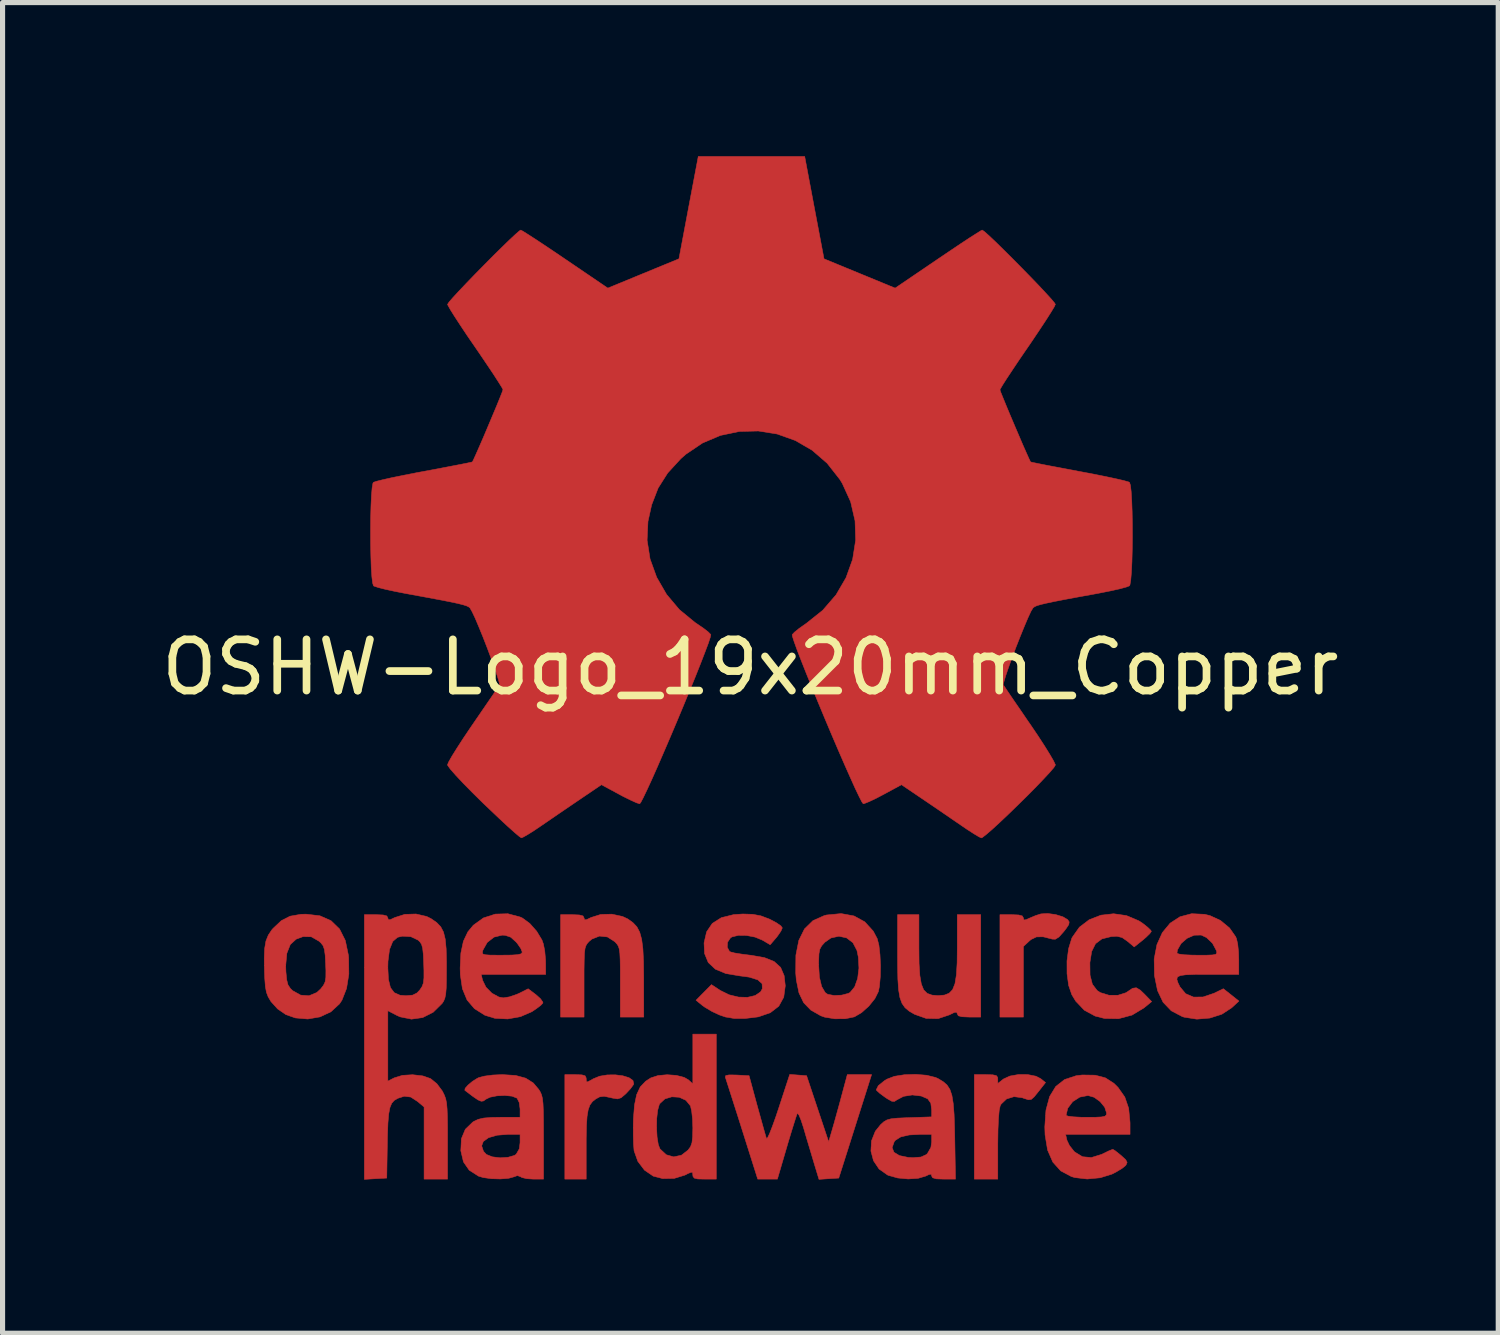
<source format=kicad_pcb>
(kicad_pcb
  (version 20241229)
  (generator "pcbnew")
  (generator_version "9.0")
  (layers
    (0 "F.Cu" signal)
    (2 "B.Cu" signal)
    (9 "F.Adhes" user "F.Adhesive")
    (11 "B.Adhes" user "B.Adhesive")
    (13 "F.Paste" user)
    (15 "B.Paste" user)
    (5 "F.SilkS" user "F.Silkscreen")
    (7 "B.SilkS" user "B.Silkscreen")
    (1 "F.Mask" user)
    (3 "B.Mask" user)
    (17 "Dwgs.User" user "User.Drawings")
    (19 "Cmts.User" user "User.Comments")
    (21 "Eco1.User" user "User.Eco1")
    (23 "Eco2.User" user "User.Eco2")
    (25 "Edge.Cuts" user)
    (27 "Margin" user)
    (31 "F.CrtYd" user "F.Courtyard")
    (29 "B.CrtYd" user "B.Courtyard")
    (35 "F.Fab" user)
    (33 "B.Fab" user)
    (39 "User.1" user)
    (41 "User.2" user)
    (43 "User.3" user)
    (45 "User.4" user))
  (footprint "OSHW-Logo_19x20mm_Copper"
    (layer "F.Cu")
    (at 11.601 9.978)
    (property "Reference" "OSHW-Logo_19x20mm_Copper" (at 0 0 0) (layer "F.SilkS") (effects (font (size 1 1) (thickness 0.15))))
    (attr exclude_from_pos_files exclude_from_bom)
    (fp_poly (pts (xy 5.959 4.828) (xy 6.102 4.872) (xy 6.194 4.927) (xy 6.224 4.971) (xy 6.216 5.023) (xy 6.162 5.104) (xy 6.117 5.162) (xy 6.024 5.266) (xy 5.953 5.31) (xy 5.893 5.307) (xy 5.716 5.262) (xy 5.585 5.264) (xy 5.479 5.315) (xy 5.444 5.345) (xy 5.33 5.451) (xy 5.33 6.829) (xy 4.872 6.829) (xy 4.872 4.83) (xy 5.101 4.83) (xy 5.238 4.836) (xy 5.309 4.855) (xy 5.33 4.893) (xy 5.33 4.894) (xy 5.34 4.933) (xy 5.383 4.928) (xy 5.444 4.9) (xy 5.57 4.847) (xy 5.672 4.815) (xy 5.803 4.807) (xy 5.959 4.828)) (stroke (width 0.01) (type solid)) (fill yes) (layer "F.Cu"))
    (fp_poly (pts (xy 5.415 7.952) (xy 5.575 7.984) (xy 5.666 8.031) (xy 5.762 8.108) (xy 5.626 8.281) (xy 5.542 8.385) (xy 5.485 8.436) (xy 5.428 8.444) (xy 5.345 8.418) (xy 5.306 8.404) (xy 5.147 8.383) (xy 5.001 8.428) (xy 4.895 8.529) (xy 4.877 8.562) (xy 4.858 8.647) (xy 4.844 8.805) (xy 4.834 9.023) (xy 4.83 9.291) (xy 4.83 9.329) (xy 4.83 9.993) (xy 4.372 9.993) (xy 4.372 7.953) (xy 4.601 7.953) (xy 4.733 7.957) (xy 4.802 7.972) (xy 4.827 8.007) (xy 4.83 8.039) (xy 4.83 8.126) (xy 4.94 8.039) (xy 5.066 7.981) (xy 5.235 7.951) (xy 5.415 7.952)) (stroke (width 0.01) (type solid)) (fill yes) (layer "F.Cu"))
    (fp_poly (pts (xy -3.289 7.958) (xy -3.227 7.976) (xy -3.207 8.017) (xy -3.206 8.036) (xy -3.203 8.087) (xy -3.178 8.095) (xy -3.111 8.06) (xy -3.071 8.036) (xy -2.945 7.984) (xy -2.795 7.959) (xy -2.638 7.957) (xy -2.49 7.976) (xy -2.37 8.013) (xy -2.293 8.067) (xy -2.278 8.134) (xy -2.286 8.152) (xy -2.341 8.228) (xy -2.427 8.321) (xy -2.443 8.336) (xy -2.525 8.405) (xy -2.595 8.427) (xy -2.694 8.411) (xy -2.734 8.401) (xy -2.857 8.376) (xy -2.943 8.387) (xy -3.017 8.427) (xy -3.084 8.479) (xy -3.133 8.546) (xy -3.167 8.639) (xy -3.189 8.77) (xy -3.201 8.954) (xy -3.206 9.201) (xy -3.206 9.351) (xy -3.206 9.993) (xy -3.623 9.993) (xy -3.623 7.953) (xy -3.414 7.953) (xy -3.289 7.958)) (stroke (width 0.01) (type solid)) (fill yes) (layer "F.Cu"))
    (fp_poly (pts (xy 3.29 5.478) (xy 3.293 5.784) (xy 3.308 6.016) (xy 3.337 6.184) (xy 3.383 6.298) (xy 3.452 6.367) (xy 3.547 6.401) (xy 3.664 6.41) (xy 3.787 6.4) (xy 3.88 6.364) (xy 3.948 6.293) (xy 3.994 6.177) (xy 4.022 6.005) (xy 4.036 5.77) (xy 4.039 5.478) (xy 4.039 4.83) (xy 4.497 4.83) (xy 4.497 6.829) (xy 4.268 6.829) (xy 4.13 6.823) (xy 4.059 6.804) (xy 4.039 6.766) (xy 4.027 6.733) (xy 3.979 6.74) (xy 3.883 6.787) (xy 3.664 6.86) (xy 3.43 6.855) (xy 3.207 6.776) (xy 3.1 6.714) (xy 3.019 6.646) (xy 2.96 6.562) (xy 2.919 6.449) (xy 2.893 6.296) (xy 2.879 6.09) (xy 2.874 5.82) (xy 2.873 5.612) (xy 2.873 4.83) (xy 3.29 4.83) (xy 3.29 5.478)) (stroke (width 0.01) (type solid)) (fill yes) (layer "F.Cu"))
    (fp_poly (pts (xy -2.497 4.865) (xy -2.393 4.914) (xy -2.293 4.986) (xy -2.216 5.068) (xy -2.161 5.173) (xy -2.123 5.312) (xy -2.099 5.498) (xy -2.087 5.742) (xy -2.083 6.057) (xy -2.083 6.09) (xy -2.082 6.829) (xy -2.54 6.829) (xy -2.54 6.147) (xy -2.54 5.895) (xy -2.543 5.712) (xy -2.549 5.585) (xy -2.561 5.499) (xy -2.58 5.442) (xy -2.609 5.399) (xy -2.65 5.356) (xy -2.792 5.265) (xy -2.947 5.248) (xy -3.094 5.306) (xy -3.146 5.349) (xy -3.183 5.389) (xy -3.21 5.433) (xy -3.229 5.492) (xy -3.24 5.582) (xy -3.245 5.716) (xy -3.248 5.907) (xy -3.248 6.14) (xy -3.248 6.829) (xy -3.706 6.829) (xy -3.706 4.83) (xy -3.477 4.83) (xy -3.339 4.836) (xy -3.268 4.855) (xy -3.248 4.893) (xy -3.248 4.894) (xy -3.238 4.931) (xy -3.196 4.926) (xy -3.113 4.886) (xy -2.923 4.826) (xy -2.706 4.82) (xy -2.497 4.865)) (stroke (width 0.01) (type solid)) (fill yes) (layer "F.Cu"))
    (fp_poly (pts (xy 7.342 4.848) (xy 7.584 4.95) (xy 7.66 5) (xy 7.757 5.077) (xy 7.818 5.137) (xy 7.828 5.157) (xy 7.798 5.2) (xy 7.722 5.274) (xy 7.661 5.326) (xy 7.493 5.46) (xy 7.361 5.349) (xy 7.258 5.277) (xy 7.159 5.252) (xy 7.044 5.258) (xy 6.863 5.303) (xy 6.738 5.397) (xy 6.663 5.548) (xy 6.628 5.766) (xy 6.628 5.766) (xy 6.631 6.01) (xy 6.677 6.189) (xy 6.77 6.311) (xy 6.833 6.352) (xy 7 6.403) (xy 7.178 6.403) (xy 7.333 6.354) (xy 7.37 6.329) (xy 7.462 6.267) (xy 7.534 6.257) (xy 7.612 6.303) (xy 7.698 6.386) (xy 7.834 6.527) (xy 7.683 6.651) (xy 7.45 6.791) (xy 7.187 6.861) (xy 6.912 6.856) (xy 6.731 6.81) (xy 6.52 6.696) (xy 6.351 6.518) (xy 6.275 6.392) (xy 6.213 6.211) (xy 6.182 5.982) (xy 6.181 5.734) (xy 6.212 5.495) (xy 6.273 5.296) (xy 6.282 5.275) (xy 6.424 5.074) (xy 6.616 4.928) (xy 6.843 4.84) (xy 7.091 4.812) (xy 7.342 4.848)) (stroke (width 0.01) (type solid)) (fill yes) (layer "F.Cu"))
    (fp_poly (pts (xy 2.023 4.855) (xy 2.233 4.97) (xy 2.398 5.151) (xy 2.476 5.298) (xy 2.509 5.428) (xy 2.53 5.613) (xy 2.54 5.827) (xy 2.536 6.042) (xy 2.519 6.23) (xy 2.499 6.331) (xy 2.431 6.468) (xy 2.313 6.615) (xy 2.171 6.742) (xy 2.031 6.825) (xy 2.027 6.826) (xy 1.853 6.862) (xy 1.646 6.863) (xy 1.45 6.831) (xy 1.374 6.804) (xy 1.179 6.693) (xy 1.039 6.548) (xy 0.948 6.357) (xy 0.896 6.105) (xy 0.885 5.973) (xy 0.886 5.808) (xy 1.332 5.808) (xy 1.347 6.049) (xy 1.391 6.233) (xy 1.46 6.351) (xy 1.509 6.385) (xy 1.634 6.408) (xy 1.783 6.401) (xy 1.912 6.367) (xy 1.946 6.349) (xy 2.035 6.241) (xy 2.094 6.075) (xy 2.119 5.874) (xy 2.107 5.658) (xy 2.08 5.528) (xy 2.001 5.377) (xy 1.877 5.283) (xy 1.728 5.251) (xy 1.573 5.285) (xy 1.454 5.368) (xy 1.392 5.437) (xy 1.355 5.505) (xy 1.338 5.597) (xy 1.333 5.738) (xy 1.332 5.808) (xy 0.886 5.808) (xy 0.888 5.621) (xy 0.945 5.333) (xy 1.056 5.108) (xy 1.222 4.946) (xy 1.442 4.848) (xy 1.489 4.836) (xy 1.772 4.809) (xy 2.023 4.855)) (stroke (width 0.01) (type solid)) (fill yes) (layer "F.Cu"))
    (fp_poly (pts (xy 1.097 7.974) (xy 1.312 8.619) (xy 1.528 9.265) (xy 1.595 9.036) (xy 1.636 8.894) (xy 1.689 8.703) (xy 1.747 8.493) (xy 1.777 8.38) (xy 1.892 7.953) (xy 2.366 7.953) (xy 2.224 8.401) (xy 2.154 8.621) (xy 2.07 8.886) (xy 1.982 9.163) (xy 1.904 9.41) (xy 1.725 9.973) (xy 1.532 9.985) (xy 1.339 9.998) (xy 1.234 9.652) (xy 1.17 9.437) (xy 1.099 9.201) (xy 1.038 8.992) (xy 1.035 8.983) (xy 0.989 8.842) (xy 0.949 8.745) (xy 0.92 8.708) (xy 0.914 8.713) (xy 0.894 8.769) (xy 0.855 8.891) (xy 0.802 9.061) (xy 0.74 9.266) (xy 0.707 9.379) (xy 0.527 9.993) (xy 0.143 9.993) (xy -0.163 9.025) (xy -0.249 8.754) (xy -0.328 8.507) (xy -0.395 8.297) (xy -0.447 8.135) (xy -0.48 8.033) (xy -0.49 8.003) (xy -0.482 7.972) (xy -0.419 7.959) (xy -0.289 7.96) (xy -0.268 7.961) (xy -0.026 7.974) (xy 0.132 8.557) (xy 0.191 8.769) (xy 0.243 8.956) (xy 0.284 9.101) (xy 0.31 9.188) (xy 0.315 9.202) (xy 0.335 9.186) (xy 0.375 9.102) (xy 0.43 8.961) (xy 0.497 8.775) (xy 0.553 8.607) (xy 0.768 7.949) (xy 1.097 7.974)) (stroke (width 0.01) (type solid)) (fill yes) (layer "F.Cu"))
    (fp_poly (pts (xy -8.405 4.852) (xy -8.188 4.948) (xy -8.022 5.109) (xy -7.909 5.334) (xy -7.848 5.625) (xy -7.844 5.67) (xy -7.84 5.99) (xy -7.885 6.271) (xy -7.974 6.498) (xy -8.022 6.571) (xy -8.19 6.726) (xy -8.403 6.826) (xy -8.642 6.867) (xy -8.885 6.846) (xy -9.07 6.781) (xy -9.23 6.671) (xy -9.36 6.527) (xy -9.362 6.524) (xy -9.415 6.435) (xy -9.449 6.346) (xy -9.47 6.233) (xy -9.482 6.074) (xy -9.487 5.944) (xy -9.49 5.826) (xy -9.073 5.826) (xy -9.069 5.943) (xy -9.054 6.1) (xy -9.028 6.201) (xy -8.981 6.272) (xy -8.937 6.314) (xy -8.781 6.401) (xy -8.618 6.413) (xy -8.466 6.35) (xy -8.39 6.28) (xy -8.335 6.209) (xy -8.303 6.141) (xy -8.289 6.052) (xy -8.288 5.919) (xy -8.293 5.797) (xy -8.302 5.623) (xy -8.317 5.51) (xy -8.343 5.436) (xy -8.388 5.379) (xy -8.424 5.347) (xy -8.573 5.262) (xy -8.733 5.258) (xy -8.868 5.308) (xy -8.983 5.413) (xy -9.051 5.585) (xy -9.073 5.826) (xy -9.49 5.826) (xy -9.492 5.685) (xy -9.484 5.491) (xy -9.459 5.345) (xy -9.413 5.23) (xy -9.345 5.128) (xy -9.319 5.098) (xy -9.159 4.947) (xy -8.988 4.86) (xy -8.778 4.823) (xy -8.676 4.82) (xy -8.405 4.852)) (stroke (width 0.01) (type solid)) (fill yes) (layer "F.Cu"))
    (fp_poly (pts (xy -0.666 9.993) (xy -0.895 9.993) (xy -1.028 9.99) (xy -1.097 9.973) (xy -1.122 9.938) (xy -1.124 9.915) (xy -1.128 9.867) (xy -1.155 9.858) (xy -1.225 9.887) (xy -1.279 9.915) (xy -1.487 9.979) (xy -1.713 9.983) (xy -1.897 9.935) (xy -2.068 9.818) (xy -2.198 9.646) (xy -2.27 9.443) (xy -2.272 9.431) (xy -2.282 9.307) (xy -2.287 9.129) (xy -2.287 8.994) (xy -1.832 8.994) (xy -1.822 9.173) (xy -1.798 9.321) (xy -1.765 9.404) (xy -1.642 9.518) (xy -1.497 9.559) (xy -1.346 9.526) (xy -1.218 9.427) (xy -1.169 9.361) (xy -1.141 9.282) (xy -1.128 9.167) (xy -1.124 8.994) (xy -1.13 8.822) (xy -1.146 8.672) (xy -1.168 8.571) (xy -1.171 8.562) (xy -1.26 8.454) (xy -1.389 8.395) (xy -1.534 8.386) (xy -1.669 8.427) (xy -1.769 8.519) (xy -1.779 8.537) (xy -1.811 8.65) (xy -1.829 8.811) (xy -1.832 8.994) (xy -2.287 8.994) (xy -2.287 8.926) (xy -2.284 8.817) (xy -2.263 8.547) (xy -2.221 8.344) (xy -2.151 8.194) (xy -2.046 8.083) (xy -1.945 8.017) (xy -1.803 7.971) (xy -1.626 7.955) (xy -1.445 7.968) (xy -1.291 8.008) (xy -1.209 8.056) (xy -1.124 8.133) (xy -1.124 7.162) (xy -0.666 7.162) (xy -0.666 9.993)) (stroke (width 0.01) (type solid)) (fill yes) (layer "F.Cu"))
    (fp_poly (pts (xy 8.868 4.823) (xy 8.974 4.849) (xy 9.179 4.944) (xy 9.354 5.089) (xy 9.475 5.262) (xy 9.491 5.301) (xy 9.514 5.403) (xy 9.53 5.555) (xy 9.535 5.707) (xy 9.535 5.996) (xy 8.932 5.996) (xy 8.683 5.997) (xy 8.507 6.003) (xy 8.396 6.018) (xy 8.338 6.046) (xy 8.326 6.092) (xy 8.348 6.16) (xy 8.387 6.24) (xy 8.498 6.373) (xy 8.651 6.439) (xy 8.838 6.437) (xy 9.05 6.365) (xy 9.234 6.276) (xy 9.386 6.396) (xy 9.538 6.517) (xy 9.395 6.649) (xy 9.204 6.774) (xy 8.969 6.849) (xy 8.716 6.87) (xy 8.471 6.832) (xy 8.432 6.82) (xy 8.217 6.707) (xy 8.057 6.54) (xy 7.949 6.313) (xy 7.889 6.02) (xy 7.889 6.014) (xy 7.883 5.695) (xy 7.905 5.582) (xy 8.328 5.582) (xy 8.367 5.599) (xy 8.472 5.613) (xy 8.628 5.62) (xy 8.726 5.621) (xy 8.91 5.621) (xy 9.025 5.616) (xy 9.085 5.604) (xy 9.106 5.581) (xy 9.101 5.542) (xy 9.096 5.528) (xy 9.022 5.389) (xy 8.905 5.277) (xy 8.801 5.228) (xy 8.664 5.231) (xy 8.525 5.292) (xy 8.408 5.394) (xy 8.338 5.517) (xy 8.328 5.582) (xy 7.905 5.582) (xy 7.937 5.415) (xy 8.043 5.18) (xy 8.195 4.996) (xy 8.387 4.871) (xy 8.614 4.811) (xy 8.868 4.823)) (stroke (width 0.01) (type solid)) (fill yes) (layer "F.Cu"))
    (fp_poly (pts (xy 0.046 4.823) (xy 0.204 4.853) (xy 0.368 4.915) (xy 0.385 4.923) (xy 0.509 4.989) (xy 0.595 5.049) (xy 0.623 5.088) (xy 0.596 5.151) (xy 0.532 5.245) (xy 0.504 5.28) (xy 0.386 5.417) (xy 0.235 5.328) (xy 0.091 5.268) (xy -0.076 5.236) (xy -0.236 5.234) (xy -0.359 5.264) (xy -0.389 5.283) (xy -0.446 5.368) (xy -0.452 5.467) (xy -0.41 5.544) (xy -0.385 5.559) (xy -0.31 5.578) (xy -0.178 5.599) (xy -0.016 5.62) (xy 0.014 5.623) (xy 0.275 5.669) (xy 0.464 5.745) (xy 0.59 5.86) (xy 0.659 6.021) (xy 0.681 6.218) (xy 0.651 6.441) (xy 0.554 6.617) (xy 0.388 6.745) (xy 0.155 6.825) (xy -0.104 6.857) (xy -0.315 6.857) (xy -0.487 6.828) (xy -0.604 6.788) (xy -0.752 6.719) (xy -0.888 6.638) (xy -0.937 6.603) (xy -1.062 6.501) (xy -0.76 6.196) (xy -0.589 6.309) (xy -0.417 6.394) (xy -0.234 6.439) (xy -0.058 6.444) (xy 0.093 6.409) (xy 0.199 6.337) (xy 0.233 6.275) (xy 0.228 6.177) (xy 0.143 6.102) (xy -0.022 6.05) (xy -0.202 6.026) (xy -0.479 5.98) (xy -0.685 5.894) (xy -0.823 5.764) (xy -0.895 5.589) (xy -0.905 5.382) (xy -0.855 5.165) (xy -0.744 5.001) (xy -0.568 4.889) (xy -0.327 4.829) (xy -0.149 4.817) (xy 0.046 4.823)) (stroke (width 0.01) (type solid)) (fill yes) (layer "F.Cu"))
    (fp_poly (pts (xy 6.731 7.964) (xy 6.93 8.016) (xy 7.097 8.123) (xy 7.177 8.202) (xy 7.31 8.391) (xy 7.385 8.61) (xy 7.411 8.879) (xy 7.412 8.9) (xy 7.412 9.119) (xy 6.154 9.119) (xy 6.18 9.234) (xy 6.229 9.337) (xy 6.314 9.445) (xy 6.331 9.463) (xy 6.484 9.556) (xy 6.657 9.572) (xy 6.857 9.51) (xy 6.891 9.494) (xy 6.995 9.443) (xy 7.065 9.415) (xy 7.077 9.412) (xy 7.12 9.438) (xy 7.2 9.501) (xy 7.241 9.535) (xy 7.327 9.614) (xy 7.355 9.666) (xy 7.335 9.714) (xy 7.325 9.728) (xy 7.255 9.785) (xy 7.139 9.855) (xy 7.058 9.896) (xy 6.829 9.967) (xy 6.575 9.991) (xy 6.334 9.963) (xy 6.267 9.943) (xy 6.058 9.832) (xy 5.904 9.66) (xy 5.802 9.426) (xy 5.753 9.129) (xy 5.748 8.973) (xy 5.763 8.747) (xy 6.163 8.747) (xy 6.201 8.764) (xy 6.305 8.777) (xy 6.456 8.785) (xy 6.558 8.786) (xy 6.742 8.785) (xy 6.858 8.779) (xy 6.922 8.765) (xy 6.949 8.74) (xy 6.954 8.703) (xy 6.918 8.591) (xy 6.828 8.48) (xy 6.71 8.395) (xy 6.592 8.361) (xy 6.431 8.392) (xy 6.292 8.481) (xy 6.196 8.609) (xy 6.163 8.747) (xy 5.763 8.747) (xy 5.771 8.644) (xy 5.842 8.381) (xy 5.962 8.184) (xy 6.134 8.049) (xy 6.358 7.975) (xy 6.479 7.96) (xy 6.731 7.964)) (stroke (width 0.01) (type solid)) (fill yes) (layer "F.Cu"))
    (fp_poly (pts (xy -4.493 4.877) (xy -4.451 4.896) (xy -4.308 5.001) (xy -4.172 5.155) (xy -4.07 5.324) (xy -4.042 5.402) (xy -4.015 5.54) (xy -4 5.708) (xy -3.998 5.777) (xy -3.997 5.996) (xy -5.256 5.996) (xy -5.229 6.111) (xy -5.163 6.246) (xy -5.048 6.363) (xy -4.911 6.438) (xy -4.824 6.454) (xy -4.705 6.435) (xy -4.564 6.387) (xy -4.516 6.366) (xy -4.339 6.277) (xy -4.187 6.392) (xy -4.1 6.47) (xy -4.054 6.535) (xy -4.051 6.554) (xy -4.093 6.6) (xy -4.184 6.669) (xy -4.266 6.724) (xy -4.489 6.821) (xy -4.739 6.866) (xy -4.987 6.854) (xy -5.184 6.794) (xy -5.388 6.665) (xy -5.532 6.496) (xy -5.623 6.276) (xy -5.664 5.998) (xy -5.667 5.871) (xy -5.653 5.579) (xy -5.651 5.571) (xy -5.234 5.571) (xy -5.223 5.598) (xy -5.175 5.613) (xy -5.078 5.62) (xy -4.916 5.621) (xy -4.854 5.621) (xy -4.664 5.619) (xy -4.544 5.611) (xy -4.479 5.595) (xy -4.456 5.568) (xy -4.455 5.56) (xy -4.482 5.492) (xy -4.547 5.397) (xy -4.575 5.364) (xy -4.679 5.27) (xy -4.788 5.233) (xy -4.847 5.23) (xy -5.005 5.268) (xy -5.138 5.372) (xy -5.223 5.523) (xy -5.224 5.528) (xy -5.234 5.571) (xy -5.651 5.571) (xy -5.604 5.35) (xy -5.517 5.166) (xy -5.41 5.036) (xy -5.213 4.894) (xy -4.981 4.819) (xy -4.734 4.812) (xy -4.493 4.877)) (stroke (width 0.01) (type solid)) (fill yes) (layer "F.Cu"))
    (fp_poly (pts (xy 3.439 7.965) (xy 3.614 8.008) (xy 3.665 8.031) (xy 3.763 8.09) (xy 3.839 8.156) (xy 3.895 8.242) (xy 3.934 8.358) (xy 3.96 8.517) (xy 3.977 8.729) (xy 3.986 9.007) (xy 3.99 9.192) (xy 4.004 9.993) (xy 3.772 9.993) (xy 3.631 9.988) (xy 3.558 9.967) (xy 3.539 9.933) (xy 3.529 9.897) (xy 3.485 9.904) (xy 3.425 9.933) (xy 3.274 9.978) (xy 3.08 9.99) (xy 2.876 9.971) (xy 2.694 9.92) (xy 2.678 9.913) (xy 2.512 9.796) (xy 2.403 9.634) (xy 2.353 9.445) (xy 2.357 9.378) (xy 2.767 9.378) (xy 2.803 9.469) (xy 2.91 9.534) (xy 3.083 9.57) (xy 3.175 9.574) (xy 3.329 9.562) (xy 3.431 9.516) (xy 3.456 9.494) (xy 3.524 9.374) (xy 3.539 9.265) (xy 3.539 9.119) (xy 3.336 9.119) (xy 3.1 9.131) (xy 2.935 9.169) (xy 2.83 9.235) (xy 2.807 9.265) (xy 2.767 9.378) (xy 2.357 9.378) (xy 2.364 9.247) (xy 2.439 9.058) (xy 2.542 8.93) (xy 2.604 8.874) (xy 2.665 8.838) (xy 2.744 8.816) (xy 2.861 8.803) (xy 3.036 8.795) (xy 3.105 8.793) (xy 3.539 8.778) (xy 3.539 8.647) (xy 3.522 8.509) (xy 3.461 8.425) (xy 3.338 8.372) (xy 3.335 8.371) (xy 3.161 8.35) (xy 2.99 8.377) (xy 2.863 8.444) (xy 2.812 8.477) (xy 2.758 8.472) (xy 2.673 8.424) (xy 2.624 8.391) (xy 2.527 8.319) (xy 2.467 8.265) (xy 2.457 8.249) (xy 2.497 8.169) (xy 2.614 8.074) (xy 2.665 8.042) (xy 2.811 7.986) (xy 3.008 7.955) (xy 3.227 7.948) (xy 3.439 7.965)) (stroke (width 0.01) (type solid)) (fill yes) (layer "F.Cu"))
    (fp_poly (pts (xy -4.584 7.969) (xy -4.388 8.022) (xy -4.239 8.116) (xy -4.134 8.24) (xy -4.101 8.293) (xy -4.077 8.349) (xy -4.06 8.42) (xy -4.049 8.519) (xy -4.043 8.66) (xy -4.04 8.855) (xy -4.039 9.118) (xy -4.039 9.188) (xy -4.039 9.993) (xy -4.239 9.993) (xy -4.366 9.985) (xy -4.461 9.962) (xy -4.484 9.948) (xy -4.549 9.924) (xy -4.615 9.948) (xy -4.723 9.978) (xy -4.881 9.99) (xy -5.056 9.985) (xy -5.216 9.963) (xy -5.309 9.935) (xy -5.49 9.819) (xy -5.602 9.658) (xy -5.653 9.444) (xy -5.654 9.438) (xy -5.649 9.344) (xy -5.247 9.344) (xy -5.211 9.451) (xy -5.154 9.512) (xy -5.039 9.558) (xy -4.887 9.577) (xy -4.732 9.567) (xy -4.608 9.531) (xy -4.573 9.508) (xy -4.512 9.401) (xy -4.497 9.279) (xy -4.497 9.119) (xy -4.727 9.119) (xy -4.946 9.136) (xy -5.112 9.184) (xy -5.215 9.258) (xy -5.247 9.344) (xy -5.649 9.344) (xy -5.643 9.205) (xy -5.566 9.02) (xy -5.421 8.88) (xy -5.401 8.867) (xy -5.315 8.826) (xy -5.208 8.801) (xy -5.059 8.789) (xy -4.882 8.786) (xy -4.497 8.786) (xy -4.497 8.624) (xy -4.513 8.499) (xy -4.555 8.415) (xy -4.56 8.411) (xy -4.653 8.374) (xy -4.793 8.36) (xy -4.948 8.367) (xy -5.084 8.394) (xy -5.166 8.434) (xy -5.21 8.467) (xy -5.256 8.473) (xy -5.32 8.446) (xy -5.417 8.38) (xy -5.563 8.269) (xy -5.576 8.259) (xy -5.569 8.22) (xy -5.512 8.156) (xy -5.426 8.084) (xy -5.33 8.024) (xy -5.3 8.01) (xy -5.19 7.982) (xy -5.03 7.961) (xy -4.85 7.953) (xy -4.842 7.953) (xy -4.584 7.969)) (stroke (width 0.01) (type solid)) (fill yes) (layer "F.Cu"))
    (fp_poly (pts (xy -6.321 4.865) (xy -6.233 4.909) (xy -6.125 4.984) (xy -6.046 5.067) (xy -5.992 5.17) (xy -5.958 5.309) (xy -5.94 5.497) (xy -5.934 5.749) (xy -5.934 5.858) (xy -5.935 6.095) (xy -5.939 6.265) (xy -5.949 6.383) (xy -5.966 6.463) (xy -5.992 6.523) (xy -6.019 6.563) (xy -6.193 6.735) (xy -6.398 6.839) (xy -6.618 6.87) (xy -6.84 6.825) (xy -6.91 6.793) (xy -7.079 6.705) (xy -7.079 8.08) (xy -6.956 8.017) (xy -6.794 7.967) (xy -6.595 7.955) (xy -6.396 7.978) (xy -6.246 8.03) (xy -6.122 8.13) (xy -6.016 8.272) (xy -6.008 8.287) (xy -5.974 8.356) (xy -5.949 8.425) (xy -5.932 8.509) (xy -5.922 8.622) (xy -5.916 8.778) (xy -5.913 8.99) (xy -5.913 9.23) (xy -5.913 9.993) (xy -6.371 9.993) (xy -6.371 8.585) (xy -6.499 8.477) (xy -6.632 8.391) (xy -6.758 8.375) (xy -6.885 8.416) (xy -6.952 8.455) (xy -7.003 8.512) (xy -7.038 8.597) (xy -7.062 8.722) (xy -7.077 8.901) (xy -7.086 9.144) (xy -7.089 9.306) (xy -7.1 9.973) (xy -7.318 9.985) (xy -7.537 9.998) (xy -7.537 5.863) (xy -7.079 5.863) (xy -7.067 6.094) (xy -7.028 6.254) (xy -6.954 6.353) (xy -6.84 6.403) (xy -6.725 6.412) (xy -6.594 6.401) (xy -6.508 6.357) (xy -6.453 6.298) (xy -6.411 6.235) (xy -6.385 6.165) (xy -6.374 6.066) (xy -6.374 5.918) (xy -6.378 5.795) (xy -6.386 5.608) (xy -6.399 5.486) (xy -6.421 5.408) (xy -6.457 5.356) (xy -6.49 5.326) (xy -6.629 5.26) (xy -6.795 5.25) (xy -6.889 5.272) (xy -6.983 5.353) (xy -7.046 5.509) (xy -7.076 5.741) (xy -7.079 5.863) (xy -7.537 5.863) (xy -7.537 4.83) (xy -7.308 4.83) (xy -7.17 4.836) (xy -7.099 4.855) (xy -7.079 4.893) (xy -7.079 4.894) (xy -7.069 4.931) (xy -7.027 4.926) (xy -6.943 4.886) (xy -6.748 4.824) (xy -6.529 4.817) (xy -6.321 4.865)) (stroke (width 0.01) (type solid)) (fill yes) (layer "F.Cu"))
    (fp_poly (pts (xy 1.248 -8.974) (xy 1.437 -7.975) (xy 2.131 -7.689) (xy 2.826 -7.403) (xy 3.659 -7.969) (xy 3.893 -8.127) (xy 4.103 -8.268) (xy 4.282 -8.386) (xy 4.419 -8.473) (xy 4.503 -8.525) (xy 4.526 -8.536) (xy 4.568 -8.507) (xy 4.657 -8.428) (xy 4.783 -8.309) (xy 4.936 -8.159) (xy 5.107 -7.989) (xy 5.285 -7.809) (xy 5.46 -7.63) (xy 5.624 -7.46) (xy 5.764 -7.31) (xy 5.873 -7.191) (xy 5.939 -7.112) (xy 5.954 -7.086) (xy 5.932 -7.037) (xy 5.868 -6.931) (xy 5.77 -6.777) (xy 5.644 -6.586) (xy 5.498 -6.368) (xy 5.413 -6.244) (xy 5.258 -6.018) (xy 5.121 -5.813) (xy 5.007 -5.641) (xy 4.924 -5.511) (xy 4.879 -5.434) (xy 4.872 -5.418) (xy 4.887 -5.372) (xy 4.93 -5.265) (xy 4.993 -5.111) (xy 5.07 -4.927) (xy 5.155 -4.726) (xy 5.241 -4.525) (xy 5.321 -4.338) (xy 5.391 -4.18) (xy 5.442 -4.066) (xy 5.469 -4.012) (xy 5.47 -4.009) (xy 5.513 -3.999) (xy 5.625 -3.976) (xy 5.796 -3.942) (xy 6.014 -3.901) (xy 6.268 -3.853) (xy 6.415 -3.825) (xy 6.686 -3.774) (xy 6.93 -3.725) (xy 7.136 -3.681) (xy 7.291 -3.645) (xy 7.383 -3.619) (xy 7.401 -3.611) (xy 7.419 -3.557) (xy 7.434 -3.433) (xy 7.445 -3.256) (xy 7.453 -3.038) (xy 7.457 -2.795) (xy 7.458 -2.541) (xy 7.455 -2.29) (xy 7.449 -2.057) (xy 7.439 -1.856) (xy 7.426 -1.702) (xy 7.41 -1.609) (xy 7.4 -1.59) (xy 7.341 -1.567) (xy 7.217 -1.533) (xy 7.043 -1.494) (xy 6.837 -1.453) (xy 6.765 -1.439) (xy 6.418 -1.376) (xy 6.143 -1.325) (xy 5.933 -1.284) (xy 5.777 -1.251) (xy 5.667 -1.225) (xy 5.594 -1.203) (xy 5.549 -1.183) (xy 5.522 -1.163) (xy 5.518 -1.159) (xy 5.48 -1.097) (xy 5.423 -0.975) (xy 5.352 -0.808) (xy 5.272 -0.612) (xy 5.189 -0.402) (xy 5.11 -0.192) (xy 5.04 0.002) (xy 4.984 0.166) (xy 4.949 0.285) (xy 4.939 0.344) (xy 4.94 0.346) (xy 4.972 0.394) (xy 5.043 0.5) (xy 5.146 0.652) (xy 5.275 0.839) (xy 5.42 1.052) (xy 5.462 1.112) (xy 5.61 1.331) (xy 5.74 1.531) (xy 5.845 1.7) (xy 5.918 1.826) (xy 5.953 1.9) (xy 5.954 1.909) (xy 5.926 1.956) (xy 5.846 2.05) (xy 5.725 2.18) (xy 5.575 2.337) (xy 5.404 2.51) (xy 5.223 2.688) (xy 5.043 2.863) (xy 4.873 3.024) (xy 4.724 3.161) (xy 4.606 3.263) (xy 4.53 3.322) (xy 4.509 3.331) (xy 4.46 3.309) (xy 4.359 3.248) (xy 4.223 3.16) (xy 4.119 3.089) (xy 3.929 2.959) (xy 3.705 2.805) (xy 3.48 2.652) (xy 3.359 2.57) (xy 2.95 2.293) (xy 2.606 2.479) (xy 2.45 2.561) (xy 2.316 2.624) (xy 2.226 2.66) (xy 2.203 2.665) (xy 2.176 2.628) (xy 2.122 2.523) (xy 2.044 2.36) (xy 1.949 2.149) (xy 1.838 1.899) (xy 1.717 1.621) (xy 1.589 1.322) (xy 1.459 1.014) (xy 1.331 0.706) (xy 1.208 0.408) (xy 1.095 0.129) (xy 0.996 -0.121) (xy 0.914 -0.333) (xy 0.855 -0.496) (xy 0.821 -0.601) (xy 0.816 -0.637) (xy 0.859 -0.684) (xy 0.952 -0.759) (xy 1.077 -0.847) (xy 1.088 -0.854) (xy 1.411 -1.112) (xy 1.672 -1.414) (xy 1.867 -1.749) (xy 1.996 -2.108) (xy 2.055 -2.482) (xy 2.043 -2.859) (xy 1.957 -3.232) (xy 1.794 -3.59) (xy 1.746 -3.668) (xy 1.498 -3.984) (xy 1.204 -4.238) (xy 0.876 -4.428) (xy 0.523 -4.554) (xy 0.155 -4.613) (xy -0.217 -4.604) (xy -0.584 -4.527) (xy -0.934 -4.379) (xy -1.259 -4.16) (xy -1.359 -4.072) (xy -1.615 -3.793) (xy -1.801 -3.5) (xy -1.928 -3.172) (xy -2 -2.847) (xy -2.017 -2.481) (xy -1.959 -2.114) (xy -1.83 -1.757) (xy -1.637 -1.423) (xy -1.386 -1.125) (xy -1.082 -0.875) (xy -1.042 -0.848) (xy -0.916 -0.762) (xy -0.82 -0.687) (xy -0.774 -0.639) (xy -0.773 -0.637) (xy -0.783 -0.586) (xy -0.822 -0.468) (xy -0.887 -0.295) (xy -0.972 -0.075) (xy -1.074 0.182) (xy -1.19 0.465) (xy -1.314 0.766) (xy -1.443 1.075) (xy -1.573 1.382) (xy -1.7 1.677) (xy -1.819 1.951) (xy -1.927 2.194) (xy -2.02 2.396) (xy -2.093 2.548) (xy -2.142 2.641) (xy -2.162 2.665) (xy -2.223 2.646) (xy -2.336 2.595) (xy -2.484 2.522) (xy -2.564 2.479) (xy -2.908 2.293) (xy -3.317 2.57) (xy -3.526 2.712) (xy -3.755 2.868) (xy -3.969 3.015) (xy -4.077 3.089) (xy -4.228 3.191) (xy -4.356 3.271) (xy -4.444 3.32) (xy -4.472 3.33) (xy -4.514 3.302) (xy -4.606 3.224) (xy -4.74 3.104) (xy -4.906 2.95) (xy -5.096 2.769) (xy -5.217 2.654) (xy -5.427 2.447) (xy -5.609 2.262) (xy -5.754 2.107) (xy -5.857 1.99) (xy -5.909 1.918) (xy -5.914 1.903) (xy -5.891 1.848) (xy -5.827 1.735) (xy -5.729 1.578) (xy -5.605 1.386) (xy -5.461 1.172) (xy -5.42 1.112) (xy -5.271 0.895) (xy -5.137 0.699) (xy -5.026 0.537) (xy -4.946 0.417) (xy -4.903 0.353) (xy -4.899 0.346) (xy -4.905 0.294) (xy -4.938 0.181) (xy -4.992 0.021) (xy -5.061 -0.171) (xy -5.139 -0.38) (xy -5.221 -0.591) (xy -5.302 -0.789) (xy -5.374 -0.959) (xy -5.434 -1.086) (xy -5.474 -1.156) (xy -5.476 -1.159) (xy -5.501 -1.179) (xy -5.542 -1.199) (xy -5.609 -1.22) (xy -5.712 -1.246) (xy -5.858 -1.277) (xy -6.057 -1.316) (xy -6.319 -1.365) (xy -6.651 -1.426) (xy -6.723 -1.439) (xy -6.937 -1.481) (xy -7.123 -1.521) (xy -7.265 -1.557) (xy -7.347 -1.584) (xy -7.358 -1.59) (xy -7.376 -1.645) (xy -7.391 -1.77) (xy -7.403 -1.948) (xy -7.41 -2.166) (xy -7.415 -2.409) (xy -7.416 -2.663) (xy -7.414 -2.914) (xy -7.408 -3.147) (xy -7.399 -3.347) (xy -7.386 -3.5) (xy -7.37 -3.593) (xy -7.36 -3.611) (xy -7.305 -3.63) (xy -7.181 -3.661) (xy -7 -3.702) (xy -6.773 -3.748) (xy -6.515 -3.799) (xy -6.374 -3.825) (xy -6.106 -3.875) (xy -5.868 -3.921) (xy -5.67 -3.959) (xy -5.524 -3.988) (xy -5.442 -4.006) (xy -5.429 -4.009) (xy -5.406 -4.053) (xy -5.358 -4.159) (xy -5.291 -4.311) (xy -5.211 -4.495) (xy -5.126 -4.696) (xy -5.041 -4.898) (xy -4.962 -5.086) (xy -4.897 -5.245) (xy -4.851 -5.361) (xy -4.831 -5.418) (xy -4.83 -5.42) (xy -4.853 -5.465) (xy -4.917 -5.567) (xy -5.014 -5.718) (xy -5.14 -5.906) (xy -5.286 -6.122) (xy -5.371 -6.246) (xy -5.527 -6.473) (xy -5.664 -6.679) (xy -5.778 -6.854) (xy -5.861 -6.987) (xy -5.906 -7.068) (xy -5.913 -7.086) (xy -5.885 -7.129) (xy -5.807 -7.219) (xy -5.689 -7.347) (xy -5.542 -7.502) (xy -5.374 -7.676) (xy -5.197 -7.856) (xy -5.02 -8.035) (xy -4.852 -8.2) (xy -4.705 -8.343) (xy -4.587 -8.453) (xy -4.51 -8.52) (xy -4.484 -8.536) (xy -4.442 -8.514) (xy -4.34 -8.45) (xy -4.19 -8.353) (xy -4.001 -8.228) (xy -3.782 -8.081) (xy -3.617 -7.969) (xy -2.784 -7.403) (xy -2.09 -7.689) (xy -1.395 -7.975) (xy -1.207 -8.974) (xy -1.018 -9.973) (xy 1.06 -9.973) (xy 1.248 -8.974)) (stroke (width 0.01) (type solid)) (fill yes) (layer "F.Cu")))
  (gr_rect
    (start -3 -3)
    (end 26.202 22.98)
    (stroke (width 0.1) (type default))
    (fill no)
    (layer "Edge.Cuts")))
</source>
